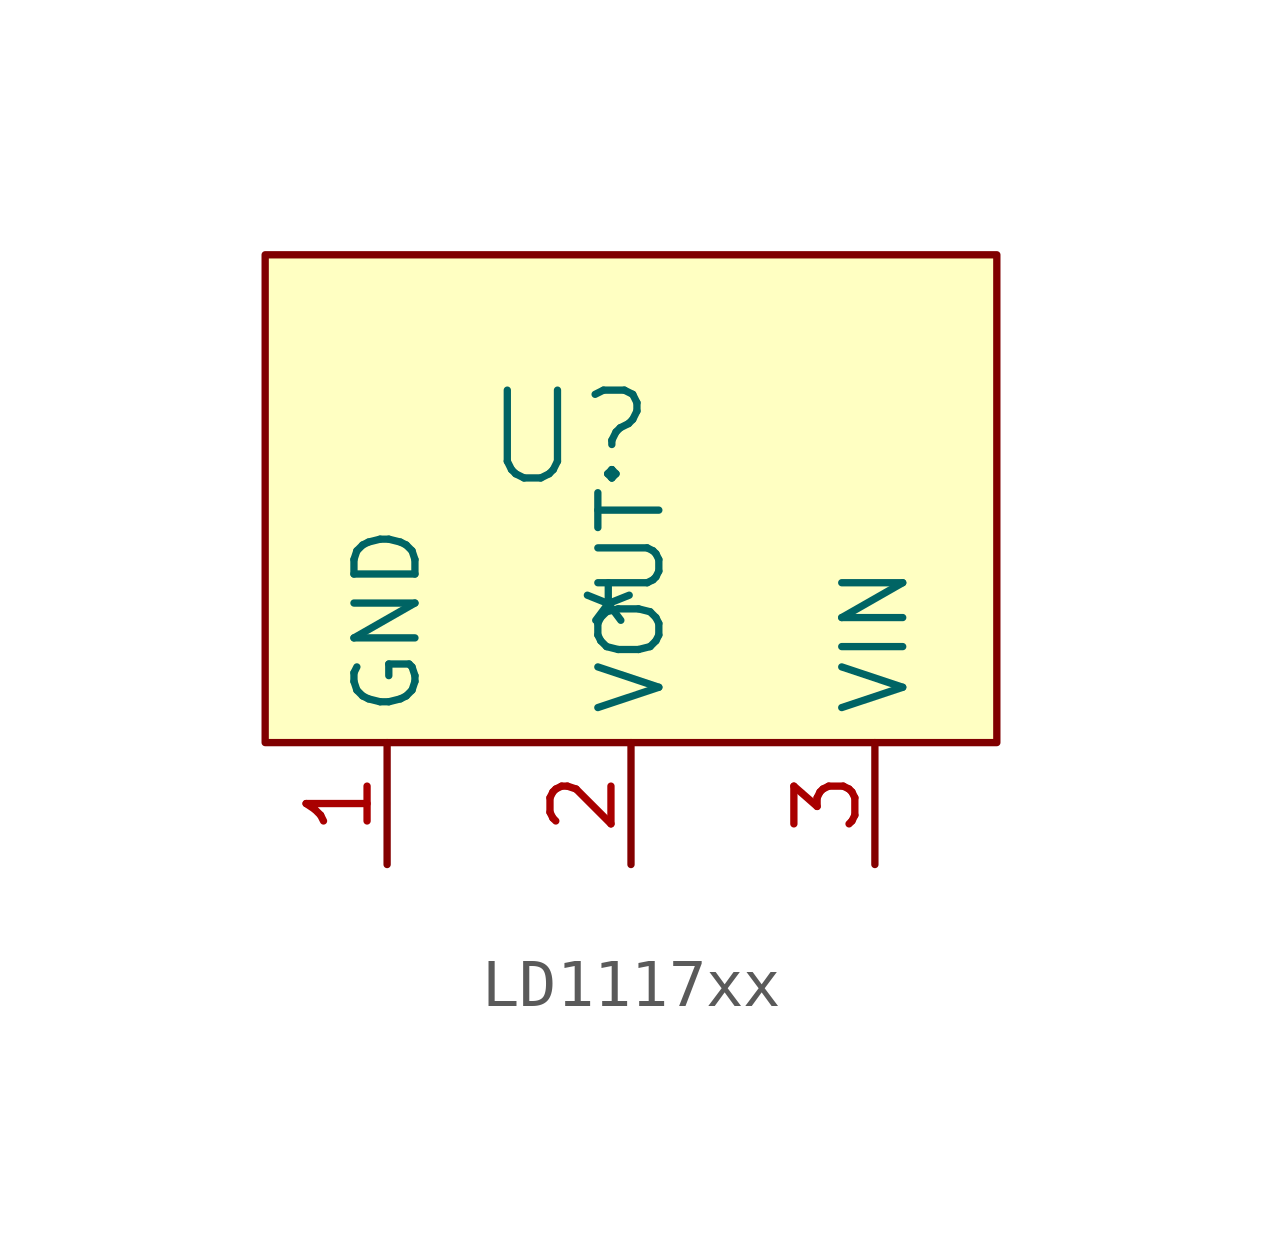
<source format=kicad_sym>
(kicad_symbol_lib
  (version 20241209)
  (generator "kicad_symbol_editor")
  (generator_version "9.0")
  (symbol "LD1117xx"
    (property "Reference" "U"
      (at -1.27 1.27 0)
      (effects (font (size 1.829 1.829))))
    (property "Value" "*"
      (at -1.27 -3.81 0)
      (effects (font (size 1.829 1.829)) (justify left bottom)))
    (symbol "LD1117xx_1_0"
      (rectangle (start 7.62 5.08) (end -7.62 -5.08) (stroke (width 0) (type solid) (color 128 0 0 1)) (fill (type background)))
      (pin passive line (at -5.08 -7.62 90) (length 2.54) (name "GND" (effects (font (size 1.27 1.27)))) (number "1" (effects (font (size 1.27 1.27)))))
      (pin passive line (at 0 -7.62 90) (length 2.54) (name "VOUT" (effects (font (size 1.27 1.27)))) (number "2" (effects (font (size 1.27 1.27)))))
      (pin passive line (at 5.08 -7.62 90) (length 2.54) (name "VIN" (effects (font (size 1.27 1.27)))) (number "3" (effects (font (size 1.27 1.27))))))))
</source>
